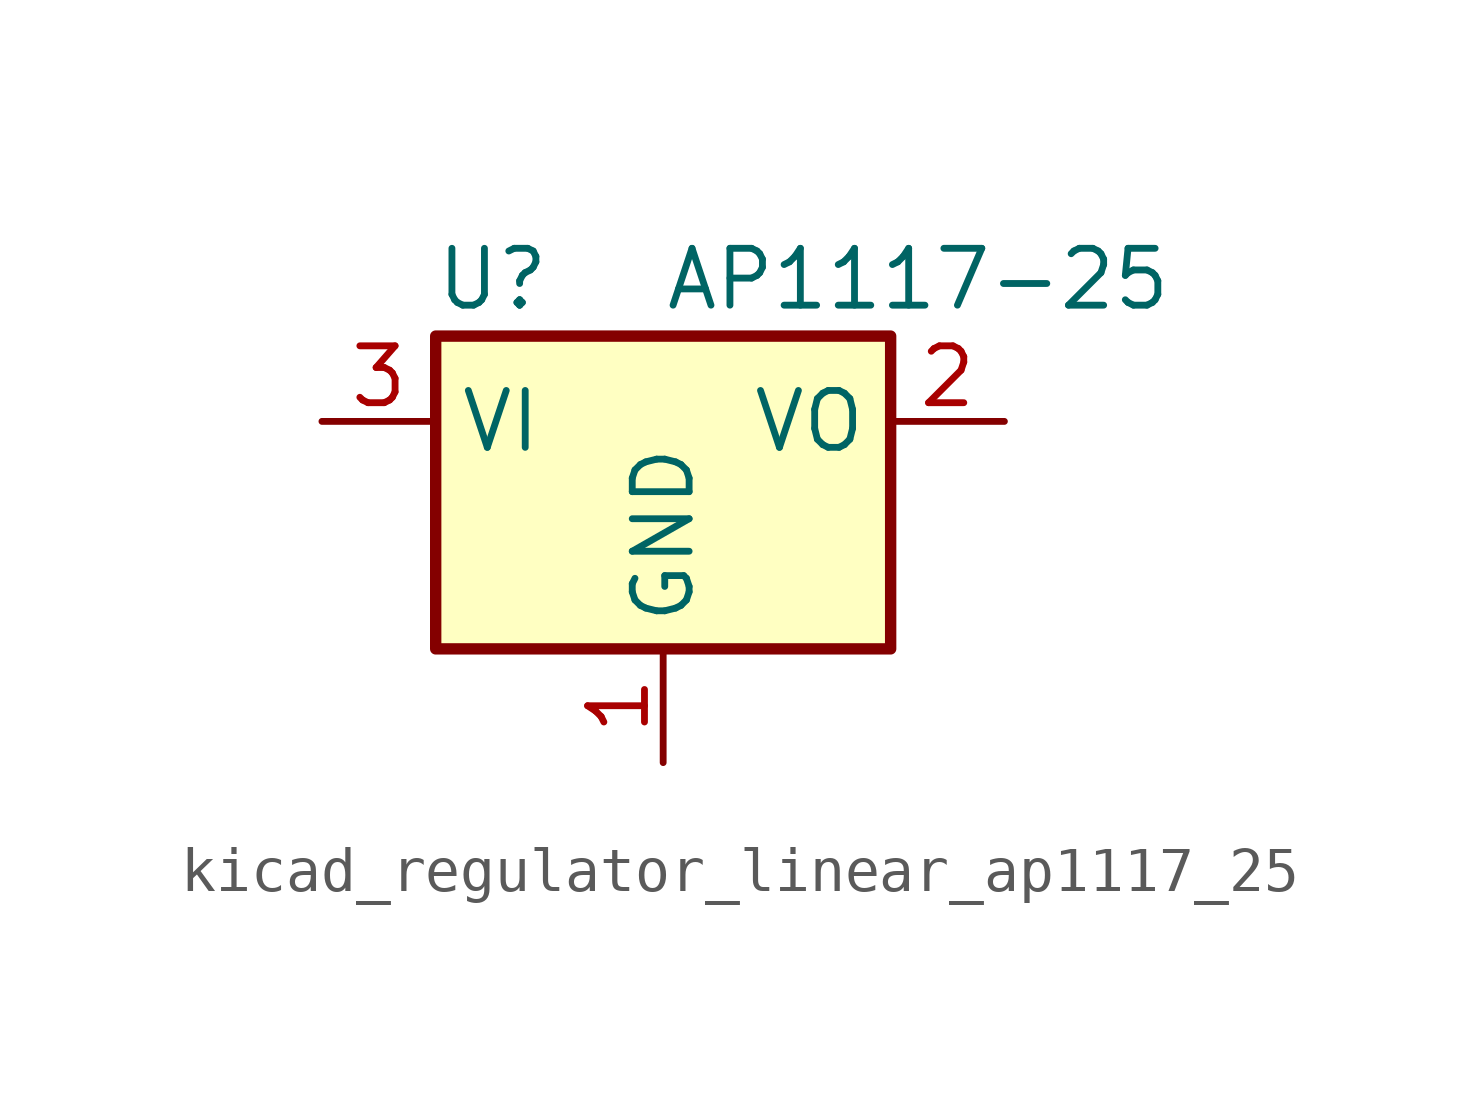
<source format=kicad_sym>
(kicad_symbol_lib
  (version 20220914)
  (generator kicad_symbol_editor)
  (symbol "kicad_regulator_linear_ap1117_25"
    (property "Reference" "U"
      (at -3.81 3.175 0)
      (effects (font (size 1.27 1.27))))
    (property "Value" "AP1117-25"
      (at 0 3.175 0)
      (effects (font (size 1.27 1.27)) (justify left)))
    (symbol "kicad_regulator_linear_ap1117_25_0_1"
      (rectangle (start -5.08 -5.08) (end 5.08 1.905) (stroke (width 0.254) (type default)) (fill (type background))))
    (symbol "kicad_regulator_linear_ap1117_25_1_1"
      (pin power_in line (at 0 -7.62 90) (length 2.54) (name "GND" (effects (font (size 1.27 1.27)))) (number "1" (effects (font (size 1.27 1.27)))))
      (pin power_out line (at 7.62 0 180) (length 2.54) (name "VO" (effects (font (size 1.27 1.27)))) (number "2" (effects (font (size 1.27 1.27)))))
      (pin power_in line (at -7.62 0 0) (length 2.54) (name "VI" (effects (font (size 1.27 1.27)))) (number "3" (effects (font (size 1.27 1.27))))))))
</source>
